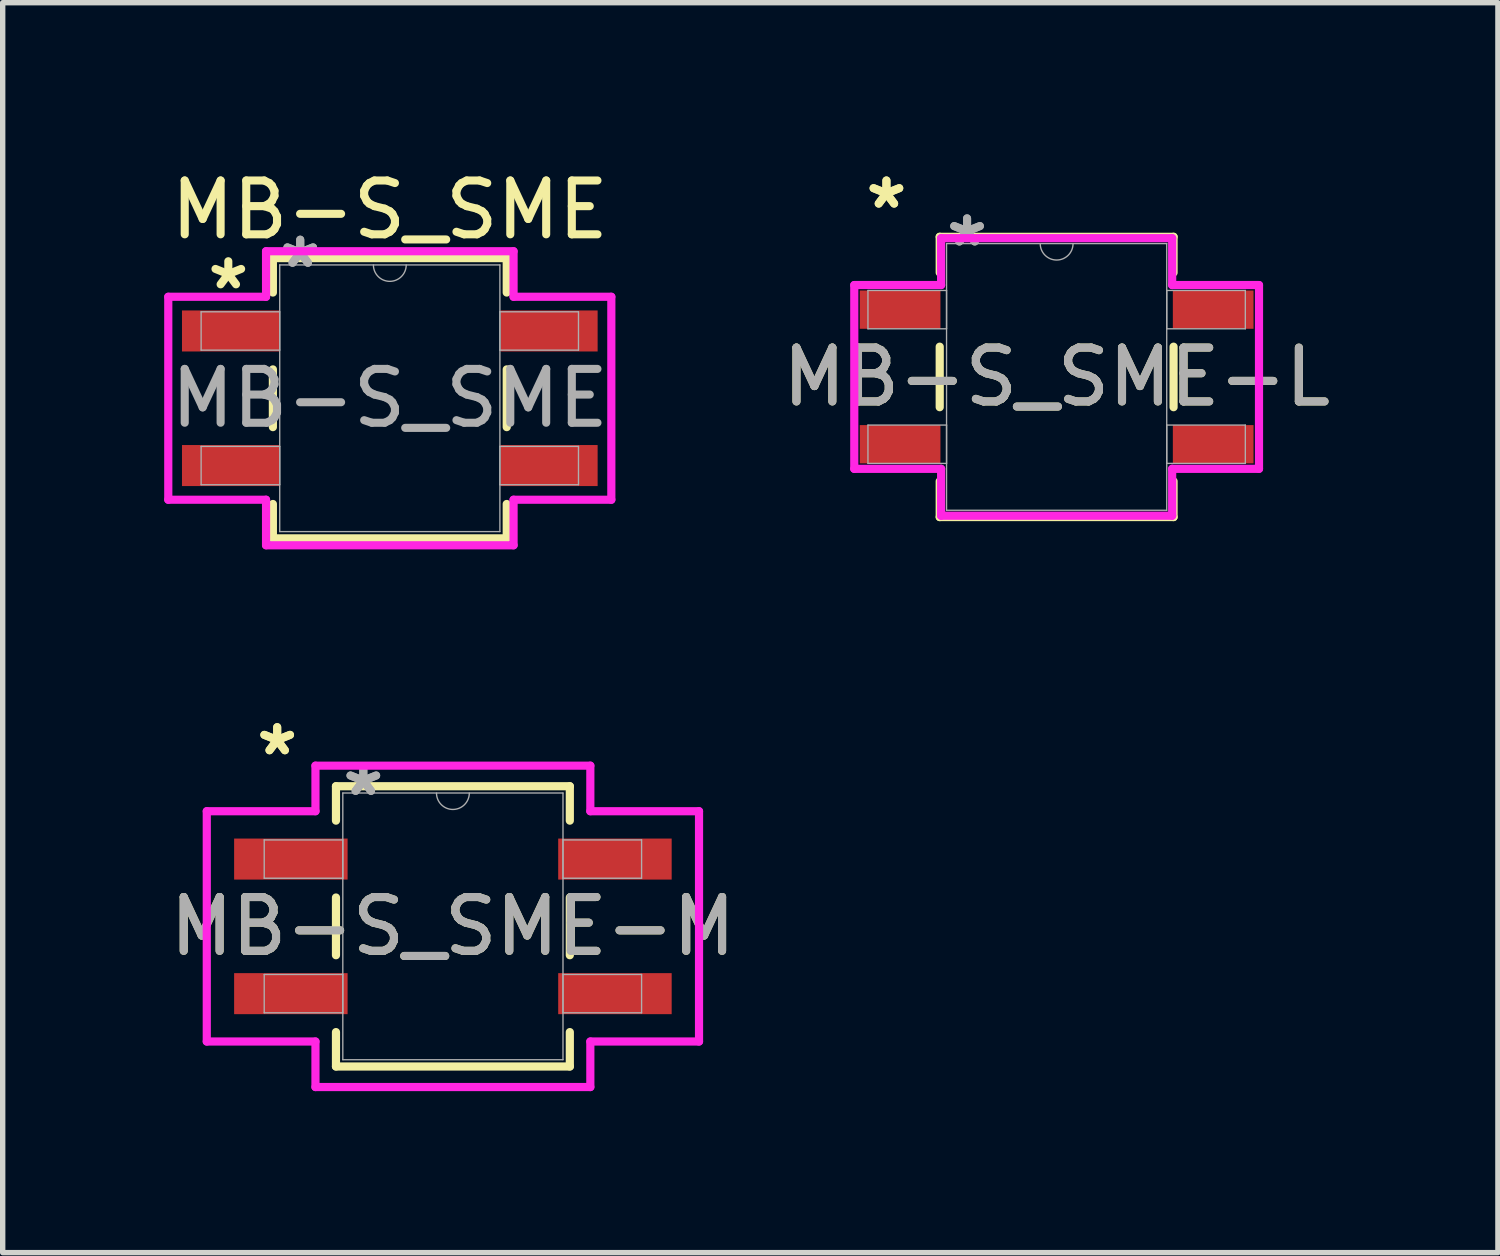
<source format=kicad_pcb>
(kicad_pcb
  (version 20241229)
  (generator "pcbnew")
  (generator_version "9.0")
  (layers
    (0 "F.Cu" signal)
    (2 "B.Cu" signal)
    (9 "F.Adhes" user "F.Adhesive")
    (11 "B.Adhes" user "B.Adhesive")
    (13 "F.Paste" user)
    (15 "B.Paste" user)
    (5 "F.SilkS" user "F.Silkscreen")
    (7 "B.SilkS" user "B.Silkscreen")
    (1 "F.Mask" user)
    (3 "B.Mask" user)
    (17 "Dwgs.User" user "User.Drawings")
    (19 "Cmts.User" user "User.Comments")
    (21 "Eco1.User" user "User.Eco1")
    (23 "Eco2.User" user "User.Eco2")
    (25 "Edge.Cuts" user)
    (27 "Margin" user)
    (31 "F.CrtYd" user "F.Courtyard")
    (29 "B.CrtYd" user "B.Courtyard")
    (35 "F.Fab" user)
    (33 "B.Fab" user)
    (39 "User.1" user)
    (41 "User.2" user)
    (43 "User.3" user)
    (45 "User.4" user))
  (footprint "MB-S_SME-L"
    (layer "F.Cu")
    (at 16.578 3.952)
    (property "Reference" "MB-S_SME-L" (at 0 0 0) (unlocked yes) (layer "F.SilkS") (effects (font (size 1 1) (thickness 0.15))))
    (attr smd)
    (fp_line (start -2.172 -2.603) (end -2.172 -1.938) (stroke (width 0.152) (type solid)) (layer "F.SilkS"))
    (fp_line (start -2.172 -0.562) (end -2.172 0.562) (stroke (width 0.152) (type solid)) (layer "F.SilkS"))
    (fp_line (start -2.172 1.938) (end -2.172 2.603) (stroke (width 0.152) (type solid)) (layer "F.SilkS"))
    (fp_line (start -2.172 2.603) (end 2.172 2.603) (stroke (width 0.152) (type solid)) (layer "F.SilkS"))
    (fp_line (start 2.172 -2.603) (end -2.172 -2.603) (stroke (width 0.152) (type solid)) (layer "F.SilkS"))
    (fp_line (start 2.172 -1.938) (end 2.172 -2.603) (stroke (width 0.152) (type solid)) (layer "F.SilkS"))
    (fp_line (start 2.172 0.562) (end 2.172 -0.562) (stroke (width 0.152) (type solid)) (layer "F.SilkS"))
    (fp_line (start 2.172 2.603) (end 2.172 1.938) (stroke (width 0.152) (type solid)) (layer "F.SilkS"))
    (fp_line (start -3.759 -1.707) (end -2.146 -1.707) (stroke (width 0.152) (type solid)) (layer "F.CrtYd"))
    (fp_line (start -3.759 1.707) (end -3.759 -1.707) (stroke (width 0.152) (type solid)) (layer "F.CrtYd"))
    (fp_line (start -3.759 1.707) (end -2.146 1.707) (stroke (width 0.152) (type solid)) (layer "F.CrtYd"))
    (fp_line (start -2.146 -2.578) (end 2.146 -2.578) (stroke (width 0.152) (type solid)) (layer "F.CrtYd"))
    (fp_line (start -2.146 -1.707) (end -2.146 -2.578) (stroke (width 0.152) (type solid)) (layer "F.CrtYd"))
    (fp_line (start -2.146 2.578) (end -2.146 1.707) (stroke (width 0.152) (type solid)) (layer "F.CrtYd"))
    (fp_line (start 2.146 -2.578) (end 2.146 -1.707) (stroke (width 0.152) (type solid)) (layer "F.CrtYd"))
    (fp_line (start 2.146 1.707) (end 2.146 2.578) (stroke (width 0.152) (type solid)) (layer "F.CrtYd"))
    (fp_line (start 2.146 2.578) (end -2.146 2.578) (stroke (width 0.152) (type solid)) (layer "F.CrtYd"))
    (fp_line (start 3.759 -1.707) (end 2.146 -1.707) (stroke (width 0.152) (type solid)) (layer "F.CrtYd"))
    (fp_line (start 3.759 -1.707) (end 3.759 1.707) (stroke (width 0.152) (type solid)) (layer "F.CrtYd"))
    (fp_line (start 3.759 1.707) (end 2.146 1.707) (stroke (width 0.152) (type solid)) (layer "F.CrtYd"))
    (fp_line (start -3.505 -1.606) (end -3.505 -0.894) (stroke (width 0.025) (type solid)) (layer "F.Fab"))
    (fp_line (start -3.505 -0.894) (end -2.045 -0.894) (stroke (width 0.025) (type solid)) (layer "F.Fab"))
    (fp_line (start -3.505 0.894) (end -3.505 1.606) (stroke (width 0.025) (type solid)) (layer "F.Fab"))
    (fp_line (start -3.505 1.606) (end -2.045 1.606) (stroke (width 0.025) (type solid)) (layer "F.Fab"))
    (fp_line (start -2.045 -2.477) (end -2.045 2.477) (stroke (width 0.025) (type solid)) (layer "F.Fab"))
    (fp_line (start -2.045 -1.606) (end -3.505 -1.606) (stroke (width 0.025) (type solid)) (layer "F.Fab"))
    (fp_line (start -2.045 -0.894) (end -2.045 -1.606) (stroke (width 0.025) (type solid)) (layer "F.Fab"))
    (fp_line (start -2.045 0.894) (end -3.505 0.894) (stroke (width 0.025) (type solid)) (layer "F.Fab"))
    (fp_line (start -2.045 1.606) (end -2.045 0.894) (stroke (width 0.025) (type solid)) (layer "F.Fab"))
    (fp_line (start -2.045 2.477) (end 2.045 2.477) (stroke (width 0.025) (type solid)) (layer "F.Fab"))
    (fp_line (start 2.045 -2.477) (end -2.045 -2.477) (stroke (width 0.025) (type solid)) (layer "F.Fab"))
    (fp_line (start 2.045 -1.606) (end 2.045 -0.894) (stroke (width 0.025) (type solid)) (layer "F.Fab"))
    (fp_line (start 2.045 -0.894) (end 3.505 -0.894) (stroke (width 0.025) (type solid)) (layer "F.Fab"))
    (fp_line (start 2.045 0.894) (end 2.045 1.606) (stroke (width 0.025) (type solid)) (layer "F.Fab"))
    (fp_line (start 2.045 1.606) (end 3.505 1.606) (stroke (width 0.025) (type solid)) (layer "F.Fab"))
    (fp_line (start 2.045 2.477) (end 2.045 -2.477) (stroke (width 0.025) (type solid)) (layer "F.Fab"))
    (fp_line (start 3.505 -1.606) (end 2.045 -1.606) (stroke (width 0.025) (type solid)) (layer "F.Fab"))
    (fp_line (start 3.505 -0.894) (end 3.505 -1.606) (stroke (width 0.025) (type solid)) (layer "F.Fab"))
    (fp_line (start 3.505 0.894) (end 2.045 0.894) (stroke (width 0.025) (type solid)) (layer "F.Fab"))
    (fp_line (start 3.505 1.606) (end 3.505 0.894) (stroke (width 0.025) (type solid)) (layer "F.Fab"))
    (fp_arc (start 0.3048 -2.4765) (mid 0 -2.1717) (end -0.3048 -2.4765) (stroke (width 0.0254) (type solid)) (layer "F.Fab"))
    (fp_text user "*" (at -3.162 -3.104 0) (unlocked yes) (layer "F.SilkS") (effects (font (size 1 1) (thickness 0.15))))
    (fp_text user "*" (at -3.162 -3.104 0) (layer "F.SilkS") (effects (font (size 1 1) (thickness 0.15))))
    (fp_text user "*" (at -1.664 -2.4 0) (layer "F.Fab") (effects (font (size 1 1) (thickness 0.15))))
    (fp_text user "*" (at -1.664 -2.4 0) (unlocked yes) (layer "F.Fab") (effects (font (size 1 1) (thickness 0.15))))
    (fp_text user "${REFERENCE}" (at 0 0 0) (unlocked yes) (layer "F.Fab") (effects (font (size 1 1) (thickness 0.15))))
    (pad "1" smd rect (at -2.908 -1.25) (size 1.499 0.711) (layers "F.Cu" "F.Mask" "F.Paste"))
    (pad "2" smd rect (at -2.908 1.25) (size 1.499 0.711) (layers "F.Cu" "F.Mask" "F.Paste"))
    (pad "3" smd rect (at 2.908 1.25) (size 1.499 0.711) (layers "F.Cu" "F.Mask" "F.Paste"))
    (pad "4" smd rect (at 2.908 -1.25) (size 1.499 0.711) (layers "F.Cu" "F.Mask" "F.Paste")))
  (footprint "MB-S_SME-M"
    (layer "F.Cu")
    (at 5.363 14.158)
    (property "Reference" "MB-S_SME-M" (at 0 0 0) (unlocked yes) (layer "F.SilkS") (effects (font (size 1 1) (thickness 0.15))))
    (attr smd)
    (fp_line (start -2.172 -2.603) (end -2.172 -1.964) (stroke (width 0.152) (type solid)) (layer "F.SilkS"))
    (fp_line (start -2.172 -0.536) (end -2.172 0.536) (stroke (width 0.152) (type solid)) (layer "F.SilkS"))
    (fp_line (start -2.172 1.964) (end -2.172 2.603) (stroke (width 0.152) (type solid)) (layer "F.SilkS"))
    (fp_line (start -2.172 2.603) (end 2.172 2.603) (stroke (width 0.152) (type solid)) (layer "F.SilkS"))
    (fp_line (start 2.172 -2.603) (end -2.172 -2.603) (stroke (width 0.152) (type solid)) (layer "F.SilkS"))
    (fp_line (start 2.172 -1.964) (end 2.172 -2.603) (stroke (width 0.152) (type solid)) (layer "F.SilkS"))
    (fp_line (start 2.172 0.536) (end 2.172 -0.536) (stroke (width 0.152) (type solid)) (layer "F.SilkS"))
    (fp_line (start 2.172 2.603) (end 2.172 1.964) (stroke (width 0.152) (type solid)) (layer "F.SilkS"))
    (fp_line (start -4.572 -2.139) (end -2.553 -2.139) (stroke (width 0.152) (type solid)) (layer "F.CrtYd"))
    (fp_line (start -4.572 2.139) (end -4.572 -2.139) (stroke (width 0.152) (type solid)) (layer "F.CrtYd"))
    (fp_line (start -4.572 2.139) (end -2.553 2.139) (stroke (width 0.152) (type solid)) (layer "F.CrtYd"))
    (fp_line (start -2.553 -2.985) (end 2.553 -2.985) (stroke (width 0.152) (type solid)) (layer "F.CrtYd"))
    (fp_line (start -2.553 -2.139) (end -2.553 -2.985) (stroke (width 0.152) (type solid)) (layer "F.CrtYd"))
    (fp_line (start -2.553 2.985) (end -2.553 2.139) (stroke (width 0.152) (type solid)) (layer "F.CrtYd"))
    (fp_line (start 2.553 -2.985) (end 2.553 -2.139) (stroke (width 0.152) (type solid)) (layer "F.CrtYd"))
    (fp_line (start 2.553 2.139) (end 2.553 2.985) (stroke (width 0.152) (type solid)) (layer "F.CrtYd"))
    (fp_line (start 2.553 2.985) (end -2.553 2.985) (stroke (width 0.152) (type solid)) (layer "F.CrtYd"))
    (fp_line (start 4.572 -2.139) (end 2.553 -2.139) (stroke (width 0.152) (type solid)) (layer "F.CrtYd"))
    (fp_line (start 4.572 -2.139) (end 4.572 2.139) (stroke (width 0.152) (type solid)) (layer "F.CrtYd"))
    (fp_line (start 4.572 2.139) (end 2.553 2.139) (stroke (width 0.152) (type solid)) (layer "F.CrtYd"))
    (fp_line (start -3.505 -1.606) (end -3.505 -0.894) (stroke (width 0.025) (type solid)) (layer "F.Fab"))
    (fp_line (start -3.505 -0.894) (end -2.045 -0.894) (stroke (width 0.025) (type solid)) (layer "F.Fab"))
    (fp_line (start -3.505 0.894) (end -3.505 1.606) (stroke (width 0.025) (type solid)) (layer "F.Fab"))
    (fp_line (start -3.505 1.606) (end -2.045 1.606) (stroke (width 0.025) (type solid)) (layer "F.Fab"))
    (fp_line (start -2.045 -2.477) (end -2.045 2.477) (stroke (width 0.025) (type solid)) (layer "F.Fab"))
    (fp_line (start -2.045 -1.606) (end -3.505 -1.606) (stroke (width 0.025) (type solid)) (layer "F.Fab"))
    (fp_line (start -2.045 -0.894) (end -2.045 -1.606) (stroke (width 0.025) (type solid)) (layer "F.Fab"))
    (fp_line (start -2.045 0.894) (end -3.505 0.894) (stroke (width 0.025) (type solid)) (layer "F.Fab"))
    (fp_line (start -2.045 1.606) (end -2.045 0.894) (stroke (width 0.025) (type solid)) (layer "F.Fab"))
    (fp_line (start -2.045 2.477) (end 2.045 2.477) (stroke (width 0.025) (type solid)) (layer "F.Fab"))
    (fp_line (start 2.045 -2.477) (end -2.045 -2.477) (stroke (width 0.025) (type solid)) (layer "F.Fab"))
    (fp_line (start 2.045 -1.606) (end 2.045 -0.894) (stroke (width 0.025) (type solid)) (layer "F.Fab"))
    (fp_line (start 2.045 -0.894) (end 3.505 -0.894) (stroke (width 0.025) (type solid)) (layer "F.Fab"))
    (fp_line (start 2.045 0.894) (end 2.045 1.606) (stroke (width 0.025) (type solid)) (layer "F.Fab"))
    (fp_line (start 2.045 1.606) (end 3.505 1.606) (stroke (width 0.025) (type solid)) (layer "F.Fab"))
    (fp_line (start 2.045 2.477) (end 2.045 -2.477) (stroke (width 0.025) (type solid)) (layer "F.Fab"))
    (fp_line (start 3.505 -1.606) (end 2.045 -1.606) (stroke (width 0.025) (type solid)) (layer "F.Fab"))
    (fp_line (start 3.505 -0.894) (end 3.505 -1.606) (stroke (width 0.025) (type solid)) (layer "F.Fab"))
    (fp_line (start 3.505 0.894) (end 2.045 0.894) (stroke (width 0.025) (type solid)) (layer "F.Fab"))
    (fp_line (start 3.505 1.606) (end 3.505 0.894) (stroke (width 0.025) (type solid)) (layer "F.Fab"))
    (fp_arc (start 0.3048 -2.4765) (mid 0 -2.1717) (end -0.3048 -2.4765) (stroke (width 0.0254) (type solid)) (layer "F.Fab"))
    (fp_text user "*" (at -3.264 -3.155 0) (layer "F.SilkS") (effects (font (size 1 1) (thickness 0.15))))
    (fp_text user "*" (at -3.264 -3.155 0) (unlocked yes) (layer "F.SilkS") (effects (font (size 1 1) (thickness 0.15))))
    (fp_text user "*" (at -1.664 -2.4 0) (unlocked yes) (layer "F.Fab") (effects (font (size 1 1) (thickness 0.15))))
    (fp_text user "${REFERENCE}" (at 0 0 0) (unlocked yes) (layer "F.Fab") (effects (font (size 1 1) (thickness 0.15))))
    (fp_text user "*" (at -1.664 -2.4 0) (layer "F.Fab") (effects (font (size 1 1) (thickness 0.15))))
    (pad "1" smd rect (at -3.01 -1.25) (size 2.108 0.762) (layers "F.Cu" "F.Mask" "F.Paste"))
    (pad "2" smd rect (at -3.01 1.25) (size 2.108 0.762) (layers "F.Cu" "F.Mask" "F.Paste"))
    (pad "3" smd rect (at 3.01 1.25) (size 2.108 0.762) (layers "F.Cu" "F.Mask" "F.Paste"))
    (pad "4" smd rect (at 3.01 -1.25) (size 2.108 0.762) (layers "F.Cu" "F.Mask" "F.Paste")))
  (footprint "MB-S_SME"
    (layer "F.Cu")
    (at 4.191 4.348)
    (property "Reference" "MB-S_SME" (at 0 -3.5 0) (unlocked yes) (layer "F.SilkS") (effects (font (size 1 1) (thickness 0.15))))
    (attr smd)
    (fp_line (start -2.172 -2.603) (end -2.172 -1.964) (stroke (width 0.152) (type solid)) (layer "F.SilkS"))
    (fp_line (start -2.172 -0.536) (end -2.172 0.536) (stroke (width 0.152) (type solid)) (layer "F.SilkS"))
    (fp_line (start -2.172 1.964) (end -2.172 2.603) (stroke (width 0.152) (type solid)) (layer "F.SilkS"))
    (fp_line (start -2.172 2.603) (end 2.172 2.603) (stroke (width 0.152) (type solid)) (layer "F.SilkS"))
    (fp_line (start 2.172 -2.603) (end -2.172 -2.603) (stroke (width 0.152) (type solid)) (layer "F.SilkS"))
    (fp_line (start 2.172 -1.964) (end 2.172 -2.603) (stroke (width 0.152) (type solid)) (layer "F.SilkS"))
    (fp_line (start 2.172 0.536) (end 2.172 -0.536) (stroke (width 0.152) (type solid)) (layer "F.SilkS"))
    (fp_line (start 2.172 2.603) (end 2.172 1.964) (stroke (width 0.152) (type solid)) (layer "F.SilkS"))
    (fp_line (start -4.115 -1.885) (end -2.299 -1.885) (stroke (width 0.152) (type solid)) (layer "F.CrtYd"))
    (fp_line (start -4.115 1.885) (end -4.115 -1.885) (stroke (width 0.152) (type solid)) (layer "F.CrtYd"))
    (fp_line (start -4.115 1.885) (end -2.299 1.885) (stroke (width 0.152) (type solid)) (layer "F.CrtYd"))
    (fp_line (start -2.299 -2.731) (end 2.299 -2.731) (stroke (width 0.152) (type solid)) (layer "F.CrtYd"))
    (fp_line (start -2.299 -1.885) (end -2.299 -2.731) (stroke (width 0.152) (type solid)) (layer "F.CrtYd"))
    (fp_line (start -2.299 2.731) (end -2.299 1.885) (stroke (width 0.152) (type solid)) (layer "F.CrtYd"))
    (fp_line (start 2.299 -2.731) (end 2.299 -1.885) (stroke (width 0.152) (type solid)) (layer "F.CrtYd"))
    (fp_line (start 2.299 1.885) (end 2.299 2.731) (stroke (width 0.152) (type solid)) (layer "F.CrtYd"))
    (fp_line (start 2.299 2.731) (end -2.299 2.731) (stroke (width 0.152) (type solid)) (layer "F.CrtYd"))
    (fp_line (start 4.115 -1.885) (end 2.299 -1.885) (stroke (width 0.152) (type solid)) (layer "F.CrtYd"))
    (fp_line (start 4.115 -1.885) (end 4.115 1.885) (stroke (width 0.152) (type solid)) (layer "F.CrtYd"))
    (fp_line (start 4.115 1.885) (end 2.299 1.885) (stroke (width 0.152) (type solid)) (layer "F.CrtYd"))
    (fp_line (start -3.505 -1.606) (end -3.505 -0.894) (stroke (width 0.025) (type solid)) (layer "F.Fab"))
    (fp_line (start -3.505 -0.894) (end -2.045 -0.894) (stroke (width 0.025) (type solid)) (layer "F.Fab"))
    (fp_line (start -3.505 0.894) (end -3.505 1.606) (stroke (width 0.025) (type solid)) (layer "F.Fab"))
    (fp_line (start -3.505 1.606) (end -2.045 1.606) (stroke (width 0.025) (type solid)) (layer "F.Fab"))
    (fp_line (start -2.045 -2.477) (end -2.045 2.477) (stroke (width 0.025) (type solid)) (layer "F.Fab"))
    (fp_line (start -2.045 -1.606) (end -3.505 -1.606) (stroke (width 0.025) (type solid)) (layer "F.Fab"))
    (fp_line (start -2.045 -0.894) (end -2.045 -1.606) (stroke (width 0.025) (type solid)) (layer "F.Fab"))
    (fp_line (start -2.045 0.894) (end -3.505 0.894) (stroke (width 0.025) (type solid)) (layer "F.Fab"))
    (fp_line (start -2.045 1.606) (end -2.045 0.894) (stroke (width 0.025) (type solid)) (layer "F.Fab"))
    (fp_line (start -2.045 2.477) (end 2.045 2.477) (stroke (width 0.025) (type solid)) (layer "F.Fab"))
    (fp_line (start 2.045 -2.477) (end -2.045 -2.477) (stroke (width 0.025) (type solid)) (layer "F.Fab"))
    (fp_line (start 2.045 -1.606) (end 2.045 -0.894) (stroke (width 0.025) (type solid)) (layer "F.Fab"))
    (fp_line (start 2.045 -0.894) (end 3.505 -0.894) (stroke (width 0.025) (type solid)) (layer "F.Fab"))
    (fp_line (start 2.045 0.894) (end 2.045 1.606) (stroke (width 0.025) (type solid)) (layer "F.Fab"))
    (fp_line (start 2.045 1.606) (end 3.505 1.606) (stroke (width 0.025) (type solid)) (layer "F.Fab"))
    (fp_line (start 2.045 2.477) (end 2.045 -2.477) (stroke (width 0.025) (type solid)) (layer "F.Fab"))
    (fp_line (start 3.505 -1.606) (end 2.045 -1.606) (stroke (width 0.025) (type solid)) (layer "F.Fab"))
    (fp_line (start 3.505 -0.894) (end 3.505 -1.606) (stroke (width 0.025) (type solid)) (layer "F.Fab"))
    (fp_line (start 3.505 0.894) (end 2.045 0.894) (stroke (width 0.025) (type solid)) (layer "F.Fab"))
    (fp_line (start 3.505 1.606) (end 3.505 0.894) (stroke (width 0.025) (type solid)) (layer "F.Fab"))
    (fp_arc (start 0.3048 -2.4765) (mid 0 -2.1717) (end -0.3048 -2.4765) (stroke (width 0.0254) (type solid)) (layer "F.Fab"))
    (fp_text user "*" (at -3 -2 0) (unlocked yes) (layer "F.SilkS") (effects (font (size 1 1) (thickness 0.15))))
    (fp_text user "*" (at -1.664 -2.4 0) (layer "F.Fab") (effects (font (size 1 1) (thickness 0.15))))
    (fp_text user "*" (at -1.664 -2.4 0) (unlocked yes) (layer "F.Fab") (effects (font (size 1 1) (thickness 0.15))))
    (fp_text user "${REFERENCE}" (at 0 0 0) (unlocked yes) (layer "F.Fab") (effects (font (size 1 1) (thickness 0.15))))
    (pad "1" smd rect (at -2.959 -1.25) (size 1.803 0.762) (layers "F.Cu" "F.Mask" "F.Paste"))
    (pad "2" smd rect (at -2.959 1.25) (size 1.803 0.762) (layers "F.Cu" "F.Mask" "F.Paste"))
    (pad "3" smd rect (at 2.959 1.25) (size 1.803 0.762) (layers "F.Cu" "F.Mask" "F.Paste"))
    (pad "4" smd rect (at 2.959 -1.25) (size 1.803 0.762) (layers "F.Cu" "F.Mask" "F.Paste")))
  (gr_rect
    (start -3 -3)
    (end 24.775 20.219)
    (stroke (width 0.1) (type default))
    (fill no)
    (layer "Edge.Cuts")))
</source>
